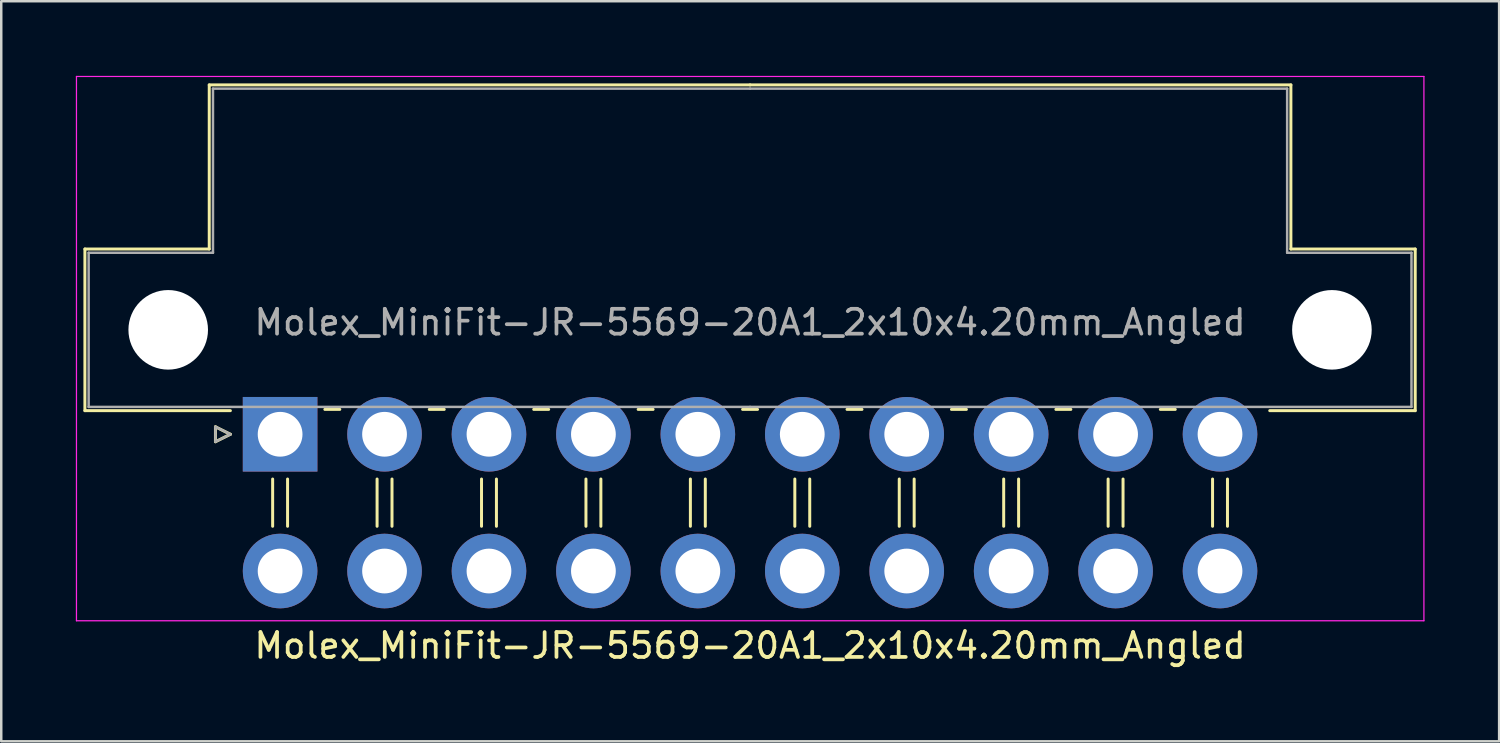
<source format=kicad_pcb>
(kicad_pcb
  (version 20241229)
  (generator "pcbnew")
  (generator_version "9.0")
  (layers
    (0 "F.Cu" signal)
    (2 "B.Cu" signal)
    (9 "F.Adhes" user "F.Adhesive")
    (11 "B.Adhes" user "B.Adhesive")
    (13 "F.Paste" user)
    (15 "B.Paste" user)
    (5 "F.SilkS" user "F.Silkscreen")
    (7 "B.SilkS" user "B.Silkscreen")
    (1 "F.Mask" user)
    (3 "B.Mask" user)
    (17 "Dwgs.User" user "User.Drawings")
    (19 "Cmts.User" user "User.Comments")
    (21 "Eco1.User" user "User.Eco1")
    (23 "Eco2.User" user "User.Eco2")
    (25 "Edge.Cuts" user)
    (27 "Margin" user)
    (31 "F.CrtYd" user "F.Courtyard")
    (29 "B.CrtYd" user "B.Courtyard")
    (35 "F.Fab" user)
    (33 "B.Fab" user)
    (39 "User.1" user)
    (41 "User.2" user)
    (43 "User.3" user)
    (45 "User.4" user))
  (footprint "Molex_MiniFit-JR-5569-20A1_2x10x4.20mm_Angled"
    (layer "F.Cu")
    (at 8.215 14.415)
    (property "Reference" "Molex_MiniFit-JR-5569-20A1_2x10x4.20mm_Angled" (at 18.9 8.5 0) (layer "F.SilkS") (effects (font (size 1 1) (thickness 0.15))))
    (attr through_hole)
    (fp_line (start -7.85 -7.45) (end -7.85 -0.95) (stroke (width 0.12) (type solid)) (layer "F.SilkS"))
    (fp_line (start -7.85 -0.95) (end -2 -0.95) (stroke (width 0.12) (type solid)) (layer "F.SilkS"))
    (fp_line (start -2.85 -14.05) (end -2.85 -7.45) (stroke (width 0.12) (type solid)) (layer "F.SilkS"))
    (fp_line (start -2.85 -7.45) (end -7.85 -7.45) (stroke (width 0.12) (type solid)) (layer "F.SilkS"))
    (fp_line (start -2.6 -0.3) (end -2 0) (stroke (width 0.12) (type solid)) (layer "F.SilkS"))
    (fp_line (start -2.6 0.3) (end -2.6 -0.3) (stroke (width 0.12) (type solid)) (layer "F.SilkS"))
    (fp_line (start -2 0) (end -2.6 0.3) (stroke (width 0.12) (type solid)) (layer "F.SilkS"))
    (fp_line (start -0.3 1.8) (end -0.3 3.7) (stroke (width 0.12) (type solid)) (layer "F.SilkS"))
    (fp_line (start 0.3 1.8) (end 0.3 3.7) (stroke (width 0.12) (type solid)) (layer "F.SilkS"))
    (fp_line (start 1.8 -1) (end 2.4 -1) (stroke (width 0.12) (type solid)) (layer "F.SilkS"))
    (fp_line (start 3.9 1.8) (end 3.9 3.7) (stroke (width 0.12) (type solid)) (layer "F.SilkS"))
    (fp_line (start 4.5 1.8) (end 4.5 3.7) (stroke (width 0.12) (type solid)) (layer "F.SilkS"))
    (fp_line (start 6 -1) (end 6.6 -1) (stroke (width 0.12) (type solid)) (layer "F.SilkS"))
    (fp_line (start 8.1 1.8) (end 8.1 3.7) (stroke (width 0.12) (type solid)) (layer "F.SilkS"))
    (fp_line (start 8.7 1.8) (end 8.7 3.7) (stroke (width 0.12) (type solid)) (layer "F.SilkS"))
    (fp_line (start 10.2 -1) (end 10.8 -1) (stroke (width 0.12) (type solid)) (layer "F.SilkS"))
    (fp_line (start 12.3 1.8) (end 12.3 3.7) (stroke (width 0.12) (type solid)) (layer "F.SilkS"))
    (fp_line (start 12.9 1.8) (end 12.9 3.7) (stroke (width 0.12) (type solid)) (layer "F.SilkS"))
    (fp_line (start 14.4 -1) (end 15 -1) (stroke (width 0.12) (type solid)) (layer "F.SilkS"))
    (fp_line (start 16.5 1.8) (end 16.5 3.7) (stroke (width 0.12) (type solid)) (layer "F.SilkS"))
    (fp_line (start 17.1 1.8) (end 17.1 3.7) (stroke (width 0.12) (type solid)) (layer "F.SilkS"))
    (fp_line (start 18.6 -1) (end 19.2 -1) (stroke (width 0.12) (type solid)) (layer "F.SilkS"))
    (fp_line (start 18.9 -14.05) (end -2.85 -14.05) (stroke (width 0.12) (type solid)) (layer "F.SilkS"))
    (fp_line (start 18.9 -14.05) (end 40.65 -14.05) (stroke (width 0.12) (type solid)) (layer "F.SilkS"))
    (fp_line (start 20.7 1.8) (end 20.7 3.7) (stroke (width 0.12) (type solid)) (layer "F.SilkS"))
    (fp_line (start 21.3 1.8) (end 21.3 3.7) (stroke (width 0.12) (type solid)) (layer "F.SilkS"))
    (fp_line (start 22.8 -1) (end 23.4 -1) (stroke (width 0.12) (type solid)) (layer "F.SilkS"))
    (fp_line (start 24.9 1.8) (end 24.9 3.7) (stroke (width 0.12) (type solid)) (layer "F.SilkS"))
    (fp_line (start 25.5 1.8) (end 25.5 3.7) (stroke (width 0.12) (type solid)) (layer "F.SilkS"))
    (fp_line (start 27 -1) (end 27.6 -1) (stroke (width 0.12) (type solid)) (layer "F.SilkS"))
    (fp_line (start 29.1 1.8) (end 29.1 3.7) (stroke (width 0.12) (type solid)) (layer "F.SilkS"))
    (fp_line (start 29.7 1.8) (end 29.7 3.7) (stroke (width 0.12) (type solid)) (layer "F.SilkS"))
    (fp_line (start 31.2 -1) (end 31.8 -1) (stroke (width 0.12) (type solid)) (layer "F.SilkS"))
    (fp_line (start 33.3 1.8) (end 33.3 3.7) (stroke (width 0.12) (type solid)) (layer "F.SilkS"))
    (fp_line (start 33.9 1.8) (end 33.9 3.7) (stroke (width 0.12) (type solid)) (layer "F.SilkS"))
    (fp_line (start 35.4 -1) (end 36 -1) (stroke (width 0.12) (type solid)) (layer "F.SilkS"))
    (fp_line (start 37.5 1.8) (end 37.5 3.7) (stroke (width 0.12) (type solid)) (layer "F.SilkS"))
    (fp_line (start 38.1 1.8) (end 38.1 3.7) (stroke (width 0.12) (type solid)) (layer "F.SilkS"))
    (fp_line (start 40.65 -14.05) (end 40.65 -7.45) (stroke (width 0.12) (type solid)) (layer "F.SilkS"))
    (fp_line (start 40.65 -7.45) (end 45.65 -7.45) (stroke (width 0.12) (type solid)) (layer "F.SilkS"))
    (fp_line (start 45.65 -7.45) (end 45.65 -0.95) (stroke (width 0.12) (type solid)) (layer "F.SilkS"))
    (fp_line (start 45.65 -0.95) (end 39.8 -0.95) (stroke (width 0.12) (type solid)) (layer "F.SilkS"))
    (fp_line (start -8.19 -14.39) (end -8.19 7.5) (stroke (width 0.05) (type solid)) (layer "F.CrtYd"))
    (fp_line (start -8.19 7.5) (end 46 7.5) (stroke (width 0.05) (type solid)) (layer "F.CrtYd"))
    (fp_line (start 46 -14.39) (end -8.19 -14.39) (stroke (width 0.05) (type solid)) (layer "F.CrtYd"))
    (fp_line (start 46 7.5) (end 46 -14.39) (stroke (width 0.05) (type solid)) (layer "F.CrtYd"))
    (fp_line (start -7.7 -7.3) (end -7.7 -1.1) (stroke (width 0.1) (type solid)) (layer "F.Fab"))
    (fp_line (start -7.7 -1.1) (end 18.9 -1.1) (stroke (width 0.1) (type solid)) (layer "F.Fab"))
    (fp_line (start -2.7 -13.9) (end -2.7 -7.3) (stroke (width 0.1) (type solid)) (layer "F.Fab"))
    (fp_line (start -2.7 -7.3) (end -7.7 -7.3) (stroke (width 0.1) (type solid)) (layer "F.Fab"))
    (fp_line (start -2.6 -0.3) (end -2 0) (stroke (width 0.1) (type solid)) (layer "F.Fab"))
    (fp_line (start -2.6 0.3) (end -2.6 -0.3) (stroke (width 0.1) (type solid)) (layer "F.Fab"))
    (fp_line (start -2 0) (end -2.6 0.3) (stroke (width 0.1) (type solid)) (layer "F.Fab"))
    (fp_line (start 18.9 -13.9) (end -2.7 -13.9) (stroke (width 0.1) (type solid)) (layer "F.Fab"))
    (fp_line (start 18.9 -13.9) (end 40.5 -13.9) (stroke (width 0.1) (type solid)) (layer "F.Fab"))
    (fp_line (start 40.5 -13.9) (end 40.5 -7.3) (stroke (width 0.1) (type solid)) (layer "F.Fab"))
    (fp_line (start 40.5 -7.3) (end 45.5 -7.3) (stroke (width 0.1) (type solid)) (layer "F.Fab"))
    (fp_line (start 45.5 -7.3) (end 45.5 -1.1) (stroke (width 0.1) (type solid)) (layer "F.Fab"))
    (fp_line (start 45.5 -1.1) (end 18.9 -1.1) (stroke (width 0.1) (type solid)) (layer "F.Fab"))
    (fp_text user "${REFERENCE}" (at 18.9 -4.5 0) (layer "F.Fab") (effects (font (size 1 1) (thickness 0.15))))
    (pad "" np_thru_hole circle (at -4.5 -4.2) (size 3.2 3.2) (drill 3.2) (layers "*.Cu" "*.Mask"))
    (pad "" np_thru_hole circle (at 42.3 -4.2) (size 3.2 3.2) (drill 3.2) (layers "*.Cu" "*.Mask"))
    (pad "1" thru_hole rect (at 0 0) (size 3 3) (drill 1.8) (layers "*.Cu" "*.Mask"))
    (pad "2" thru_hole circle (at 4.2 0) (size 3 3) (drill 1.8) (layers "*.Cu" "*.Mask"))
    (pad "3" thru_hole circle (at 8.4 0) (size 3 3) (drill 1.8) (layers "*.Cu" "*.Mask"))
    (pad "4" thru_hole circle (at 12.6 0) (size 3 3) (drill 1.8) (layers "*.Cu" "*.Mask"))
    (pad "5" thru_hole circle (at 16.8 0) (size 3 3) (drill 1.8) (layers "*.Cu" "*.Mask"))
    (pad "6" thru_hole circle (at 21 0) (size 3 3) (drill 1.8) (layers "*.Cu" "*.Mask"))
    (pad "7" thru_hole circle (at 25.2 0) (size 3 3) (drill 1.8) (layers "*.Cu" "*.Mask"))
    (pad "8" thru_hole circle (at 29.4 0) (size 3 3) (drill 1.8) (layers "*.Cu" "*.Mask"))
    (pad "9" thru_hole circle (at 33.6 0) (size 3 3) (drill 1.8) (layers "*.Cu" "*.Mask"))
    (pad "10" thru_hole circle (at 37.8 0) (size 3 3) (drill 1.8) (layers "*.Cu" "*.Mask"))
    (pad "11" thru_hole circle (at 0 5.5) (size 3 3) (drill 1.8) (layers "*.Cu" "*.Mask"))
    (pad "12" thru_hole circle (at 4.2 5.5) (size 3 3) (drill 1.8) (layers "*.Cu" "*.Mask"))
    (pad "13" thru_hole circle (at 8.4 5.5) (size 3 3) (drill 1.8) (layers "*.Cu" "*.Mask"))
    (pad "14" thru_hole circle (at 12.6 5.5) (size 3 3) (drill 1.8) (layers "*.Cu" "*.Mask"))
    (pad "15" thru_hole circle (at 16.8 5.5) (size 3 3) (drill 1.8) (layers "*.Cu" "*.Mask"))
    (pad "16" thru_hole circle (at 21 5.5) (size 3 3) (drill 1.8) (layers "*.Cu" "*.Mask"))
    (pad "17" thru_hole circle (at 25.2 5.5) (size 3 3) (drill 1.8) (layers "*.Cu" "*.Mask"))
    (pad "18" thru_hole circle (at 29.4 5.5) (size 3 3) (drill 1.8) (layers "*.Cu" "*.Mask"))
    (pad "19" thru_hole circle (at 33.6 5.5) (size 3 3) (drill 1.8) (layers "*.Cu" "*.Mask"))
    (pad "20" thru_hole circle (at 37.8 5.5) (size 3 3) (drill 1.8) (layers "*.Cu" "*.Mask")))
  (gr_rect
    (start -3 -3)
    (end 57.24 26.763)
    (stroke (width 0.1) (type default))
    (fill no)
    (layer "Edge.Cuts")))
</source>
